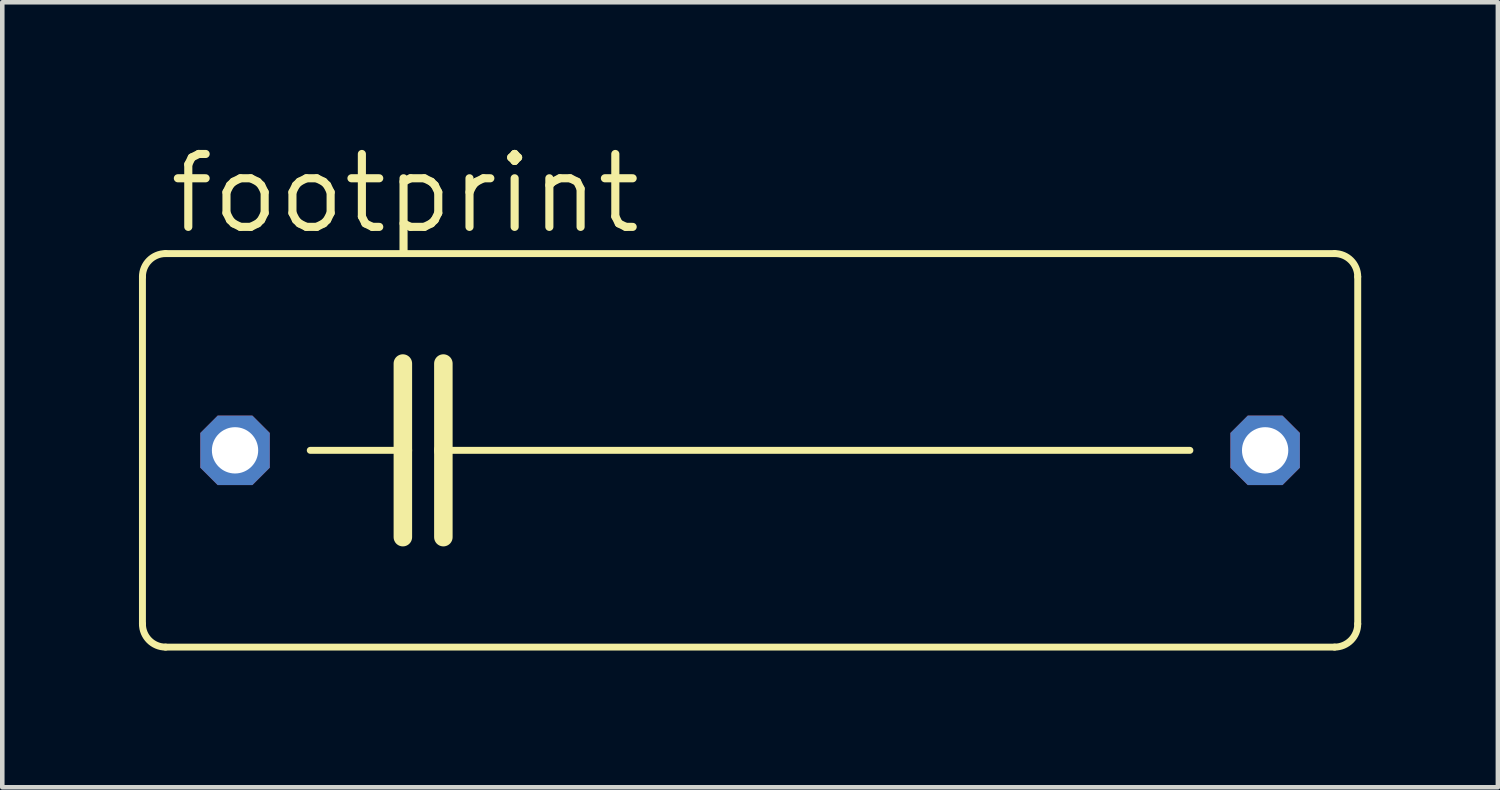
<source format=kicad_pcb>
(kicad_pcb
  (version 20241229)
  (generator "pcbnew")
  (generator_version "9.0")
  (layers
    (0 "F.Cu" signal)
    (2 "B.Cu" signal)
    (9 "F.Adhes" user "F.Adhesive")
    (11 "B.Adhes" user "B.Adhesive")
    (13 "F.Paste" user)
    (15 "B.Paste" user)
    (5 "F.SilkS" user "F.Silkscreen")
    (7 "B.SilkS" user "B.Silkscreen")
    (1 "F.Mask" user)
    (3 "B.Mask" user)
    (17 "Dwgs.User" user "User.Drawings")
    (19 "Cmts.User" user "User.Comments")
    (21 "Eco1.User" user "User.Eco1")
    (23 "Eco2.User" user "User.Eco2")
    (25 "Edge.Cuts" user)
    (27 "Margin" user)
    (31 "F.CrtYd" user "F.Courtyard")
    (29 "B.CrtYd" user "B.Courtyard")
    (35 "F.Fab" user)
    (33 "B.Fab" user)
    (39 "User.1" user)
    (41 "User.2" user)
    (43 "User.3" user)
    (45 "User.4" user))
  (footprint "footprint"
    (layer "F.Cu")
    (at 13.411 6.833)
    (property "Reference" "footprint" (at -12.827 -4.699 0) (layer "F.SilkS") (effects (font (size 1.6 1.6) (thickness 0.178)) (justify left bottom)))
    (fp_line (start -13.335 3.81) (end -13.335 -3.81) (stroke (width 0.152) (type solid)) (layer "F.SilkS"))
    (fp_line (start -12.827 -4.318) (end 12.827 -4.318) (stroke (width 0.152) (type solid)) (layer "F.SilkS"))
    (fp_line (start -9.652 0) (end -7.62 0) (stroke (width 0.152) (type solid)) (layer "F.SilkS"))
    (fp_line (start -7.62 -1.905) (end -7.62 0) (stroke (width 0.406) (type solid)) (layer "F.SilkS"))
    (fp_line (start -7.62 0) (end -7.62 1.905) (stroke (width 0.406) (type solid)) (layer "F.SilkS"))
    (fp_line (start -6.731 -1.905) (end -6.731 0) (stroke (width 0.406) (type solid)) (layer "F.SilkS"))
    (fp_line (start -6.731 0) (end -6.731 1.905) (stroke (width 0.406) (type solid)) (layer "F.SilkS"))
    (fp_line (start -6.731 0) (end 9.652 0) (stroke (width 0.152) (type solid)) (layer "F.SilkS"))
    (fp_line (start 12.827 4.318) (end -12.827 4.318) (stroke (width 0.152) (type solid)) (layer "F.SilkS"))
    (fp_line (start 13.335 -3.81) (end 13.335 3.81) (stroke (width 0.152) (type solid)) (layer "F.SilkS"))
    (fp_arc (start -13.335 -3.81) (mid -13.18621 -4.16921) (end -12.827 -4.318) (stroke (width 0.1524) (type solid)) (layer "F.SilkS"))
    (fp_arc (start -12.827 4.318) (mid -13.18621 4.16921) (end -13.335 3.81) (stroke (width 0.1524) (type solid)) (layer "F.SilkS"))
    (fp_arc (start 12.827 -4.318) (mid 13.18621 -4.16921) (end 13.335 -3.81) (stroke (width 0.1524) (type solid)) (layer "F.SilkS"))
    (fp_arc (start 13.335 3.81) (mid 13.18621 4.16921) (end 12.827 4.318) (stroke (width 0.1524) (type solid)) (layer "F.SilkS"))
    (pad "1" thru_hole roundrect (at -11.303 0) (size 1.524 1.524) (drill 1.016) (layers "*.Cu" "*.Mask") (roundrect_rratio 0.25) (chamfer_ratio 0.25) (chamfer top_left top_right bottom_left bottom_right))
    (pad "2" thru_hole roundrect (at 11.303 0) (size 1.524 1.524) (drill 1.016) (layers "*.Cu" "*.Mask") (roundrect_rratio 0.25) (chamfer_ratio 0.25) (chamfer top_left top_right bottom_left bottom_right)))
  (gr_rect
    (start -3 -3)
    (end 29.822 14.227)
    (stroke (width 0.1) (type default))
    (fill no)
    (layer "Edge.Cuts")))
</source>
